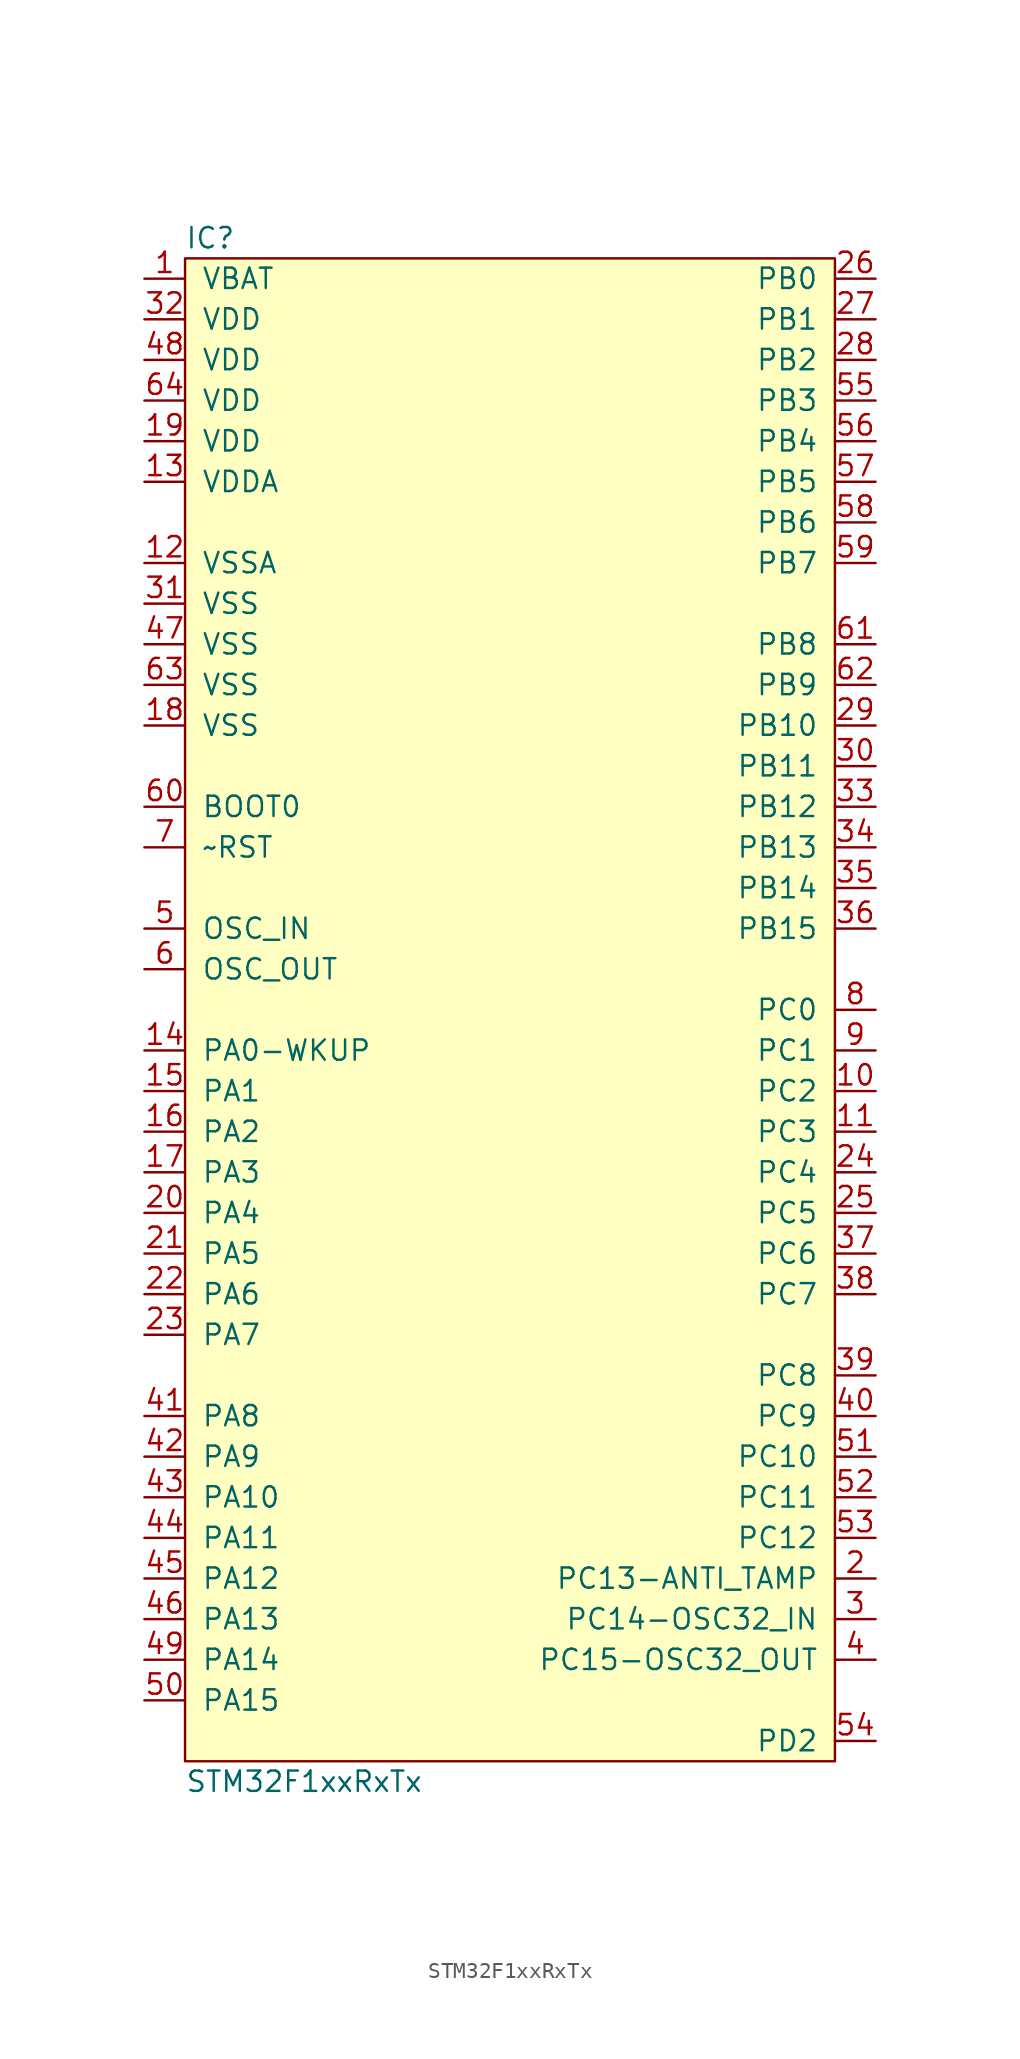
<source format=kicad_sym>
(kicad_symbol_lib
  (version 20211014)
  (generator agg_kicad.build_lib_ic)
  (symbol "STM32F1xxRxTx"
    (pin_names
      (offset 1.016))
    (property Reference IC
      (at -20.32 48.26 0)
      (effects (font (size 1.27 1.27)) (justify left)))
    (property Value "STM32F1xxRxTx"
      (at -20.32 -48.26 0)
      (effects (font (size 1.27 1.27)) (justify left)))
    (symbol "STM32F1xxRxTx_0_0"
      (rectangle (start -20.32 46.99) (end 20.32 -46.99) (stroke (width 0) (type default) (color 0 0 0 0)) (fill (type background)))
      (pin power_in line (at -22.86 45.72 0) (length 2.54) (name VBAT (effects (font (size 1.27 1.27)))) (number "1" (effects (font (size 1.27 1.27)))))
      (pin power_in line (at -22.86 43.18 0) (length 2.54) (name VDD (effects (font (size 1.27 1.27)))) (number "32" (effects (font (size 1.27 1.27)))))
      (pin power_in line (at -22.86 40.64 0) (length 2.54) (name VDD (effects (font (size 1.27 1.27)))) (number "48" (effects (font (size 1.27 1.27)))))
      (pin power_in line (at -22.86 38.1 0) (length 2.54) (name VDD (effects (font (size 1.27 1.27)))) (number "64" (effects (font (size 1.27 1.27)))))
      (pin power_in line (at -22.86 35.56 0) (length 2.54) (name VDD (effects (font (size 1.27 1.27)))) (number "19" (effects (font (size 1.27 1.27)))))
      (pin power_in line (at -22.86 33.02 0) (length 2.54) (name VDDA (effects (font (size 1.27 1.27)))) (number "13" (effects (font (size 1.27 1.27)))))
      (pin power_in line (at -22.86 27.94 0) (length 2.54) (name VSSA (effects (font (size 1.27 1.27)))) (number "12" (effects (font (size 1.27 1.27)))))
      (pin power_in line (at -22.86 25.4 0) (length 2.54) (name VSS (effects (font (size 1.27 1.27)))) (number "31" (effects (font (size 1.27 1.27)))))
      (pin power_in line (at -22.86 22.86 0) (length 2.54) (name VSS (effects (font (size 1.27 1.27)))) (number "47" (effects (font (size 1.27 1.27)))))
      (pin power_in line (at -22.86 20.32 0) (length 2.54) (name VSS (effects (font (size 1.27 1.27)))) (number "63" (effects (font (size 1.27 1.27)))))
      (pin power_in line (at -22.86 17.78 0) (length 2.54) (name VSS (effects (font (size 1.27 1.27)))) (number "18" (effects (font (size 1.27 1.27)))))
      (pin input line (at -22.86 12.7 0) (length 2.54) (name "BOOT0" (effects (font (size 1.27 1.27)))) (number "60" (effects (font (size 1.27 1.27)))))
      (pin input line (at -22.86 10.16 0) (length 2.54) (name "~RST" (effects (font (size 1.27 1.27)))) (number "7" (effects (font (size 1.27 1.27)))))
      (pin bidirectional line (at -22.86 5.08 0) (length 2.54) (name OSC_IN (effects (font (size 1.27 1.27)))) (number "5" (effects (font (size 1.27 1.27)))))
      (pin bidirectional line (at -22.86 2.54 0) (length 2.54) (name OSC_OUT (effects (font (size 1.27 1.27)))) (number "6" (effects (font (size 1.27 1.27)))))
      (pin bidirectional line (at -22.86 -2.54 0) (length 2.54) (name "PA0-WKUP" (effects (font (size 1.27 1.27)))) (number "14" (effects (font (size 1.27 1.27)))))
      (pin bidirectional line (at -22.86 -5.08 0) (length 2.54) (name "PA1" (effects (font (size 1.27 1.27)))) (number "15" (effects (font (size 1.27 1.27)))))
      (pin bidirectional line (at -22.86 -7.62 0) (length 2.54) (name "PA2" (effects (font (size 1.27 1.27)))) (number "16" (effects (font (size 1.27 1.27)))))
      (pin bidirectional line (at -22.86 -10.16 0) (length 2.54) (name "PA3" (effects (font (size 1.27 1.27)))) (number "17" (effects (font (size 1.27 1.27)))))
      (pin bidirectional line (at -22.86 -12.7 0) (length 2.54) (name "PA4" (effects (font (size 1.27 1.27)))) (number "20" (effects (font (size 1.27 1.27)))))
      (pin bidirectional line (at -22.86 -15.24 0) (length 2.54) (name "PA5" (effects (font (size 1.27 1.27)))) (number "21" (effects (font (size 1.27 1.27)))))
      (pin bidirectional line (at -22.86 -17.78 0) (length 2.54) (name "PA6" (effects (font (size 1.27 1.27)))) (number "22" (effects (font (size 1.27 1.27)))))
      (pin bidirectional line (at -22.86 -20.32 0) (length 2.54) (name "PA7" (effects (font (size 1.27 1.27)))) (number "23" (effects (font (size 1.27 1.27)))))
      (pin bidirectional line (at -22.86 -25.4 0) (length 2.54) (name "PA8" (effects (font (size 1.27 1.27)))) (number "41" (effects (font (size 1.27 1.27)))))
      (pin bidirectional line (at -22.86 -27.94 0) (length 2.54) (name "PA9" (effects (font (size 1.27 1.27)))) (number "42" (effects (font (size 1.27 1.27)))))
      (pin bidirectional line (at -22.86 -30.48 0) (length 2.54) (name "PA10" (effects (font (size 1.27 1.27)))) (number "43" (effects (font (size 1.27 1.27)))))
      (pin bidirectional line (at -22.86 -33.02 0) (length 2.54) (name "PA11" (effects (font (size 1.27 1.27)))) (number "44" (effects (font (size 1.27 1.27)))))
      (pin bidirectional line (at -22.86 -35.56 0) (length 2.54) (name "PA12" (effects (font (size 1.27 1.27)))) (number "45" (effects (font (size 1.27 1.27)))))
      (pin bidirectional line (at -22.86 -38.1 0) (length 2.54) (name "PA13" (effects (font (size 1.27 1.27)))) (number "46" (effects (font (size 1.27 1.27)))))
      (pin bidirectional line (at -22.86 -40.64 0) (length 2.54) (name "PA14" (effects (font (size 1.27 1.27)))) (number "49" (effects (font (size 1.27 1.27)))))
      (pin bidirectional line (at -22.86 -43.18 0) (length 2.54) (name "PA15" (effects (font (size 1.27 1.27)))) (number "50" (effects (font (size 1.27 1.27)))))
      (pin bidirectional line (at 22.86 45.72 180) (length 2.54) (name "PB0" (effects (font (size 1.27 1.27)))) (number "26" (effects (font (size 1.27 1.27)))))
      (pin bidirectional line (at 22.86 43.18 180) (length 2.54) (name "PB1" (effects (font (size 1.27 1.27)))) (number "27" (effects (font (size 1.27 1.27)))))
      (pin bidirectional line (at 22.86 40.64 180) (length 2.54) (name "PB2" (effects (font (size 1.27 1.27)))) (number "28" (effects (font (size 1.27 1.27)))))
      (pin bidirectional line (at 22.86 38.1 180) (length 2.54) (name "PB3" (effects (font (size 1.27 1.27)))) (number "55" (effects (font (size 1.27 1.27)))))
      (pin bidirectional line (at 22.86 35.56 180) (length 2.54) (name "PB4" (effects (font (size 1.27 1.27)))) (number "56" (effects (font (size 1.27 1.27)))))
      (pin bidirectional line (at 22.86 33.02 180) (length 2.54) (name "PB5" (effects (font (size 1.27 1.27)))) (number "57" (effects (font (size 1.27 1.27)))))
      (pin bidirectional line (at 22.86 30.48 180) (length 2.54) (name "PB6" (effects (font (size 1.27 1.27)))) (number "58" (effects (font (size 1.27 1.27)))))
      (pin bidirectional line (at 22.86 27.94 180) (length 2.54) (name "PB7" (effects (font (size 1.27 1.27)))) (number "59" (effects (font (size 1.27 1.27)))))
      (pin bidirectional line (at 22.86 22.86 180) (length 2.54) (name "PB8" (effects (font (size 1.27 1.27)))) (number "61" (effects (font (size 1.27 1.27)))))
      (pin bidirectional line (at 22.86 20.32 180) (length 2.54) (name "PB9" (effects (font (size 1.27 1.27)))) (number "62" (effects (font (size 1.27 1.27)))))
      (pin bidirectional line (at 22.86 17.78 180) (length 2.54) (name "PB10" (effects (font (size 1.27 1.27)))) (number "29" (effects (font (size 1.27 1.27)))))
      (pin bidirectional line (at 22.86 15.24 180) (length 2.54) (name "PB11" (effects (font (size 1.27 1.27)))) (number "30" (effects (font (size 1.27 1.27)))))
      (pin bidirectional line (at 22.86 12.7 180) (length 2.54) (name "PB12" (effects (font (size 1.27 1.27)))) (number "33" (effects (font (size 1.27 1.27)))))
      (pin bidirectional line (at 22.86 10.16 180) (length 2.54) (name "PB13" (effects (font (size 1.27 1.27)))) (number "34" (effects (font (size 1.27 1.27)))))
      (pin bidirectional line (at 22.86 7.62 180) (length 2.54) (name "PB14" (effects (font (size 1.27 1.27)))) (number "35" (effects (font (size 1.27 1.27)))))
      (pin bidirectional line (at 22.86 5.08 180) (length 2.54) (name "PB15" (effects (font (size 1.27 1.27)))) (number "36" (effects (font (size 1.27 1.27)))))
      (pin bidirectional line (at 22.86 0 180) (length 2.54) (name "PC0" (effects (font (size 1.27 1.27)))) (number "8" (effects (font (size 1.27 1.27)))))
      (pin bidirectional line (at 22.86 -2.54 180) (length 2.54) (name "PC1" (effects (font (size 1.27 1.27)))) (number "9" (effects (font (size 1.27 1.27)))))
      (pin bidirectional line (at 22.86 -5.08 180) (length 2.54) (name "PC2" (effects (font (size 1.27 1.27)))) (number "10" (effects (font (size 1.27 1.27)))))
      (pin bidirectional line (at 22.86 -7.62 180) (length 2.54) (name "PC3" (effects (font (size 1.27 1.27)))) (number "11" (effects (font (size 1.27 1.27)))))
      (pin bidirectional line (at 22.86 -10.16 180) (length 2.54) (name "PC4" (effects (font (size 1.27 1.27)))) (number "24" (effects (font (size 1.27 1.27)))))
      (pin bidirectional line (at 22.86 -12.7 180) (length 2.54) (name "PC5" (effects (font (size 1.27 1.27)))) (number "25" (effects (font (size 1.27 1.27)))))
      (pin bidirectional line (at 22.86 -15.24 180) (length 2.54) (name "PC6" (effects (font (size 1.27 1.27)))) (number "37" (effects (font (size 1.27 1.27)))))
      (pin bidirectional line (at 22.86 -17.78 180) (length 2.54) (name "PC7" (effects (font (size 1.27 1.27)))) (number "38" (effects (font (size 1.27 1.27)))))
      (pin bidirectional line (at 22.86 -22.86 180) (length 2.54) (name "PC8" (effects (font (size 1.27 1.27)))) (number "39" (effects (font (size 1.27 1.27)))))
      (pin bidirectional line (at 22.86 -25.4 180) (length 2.54) (name "PC9" (effects (font (size 1.27 1.27)))) (number "40" (effects (font (size 1.27 1.27)))))
      (pin bidirectional line (at 22.86 -27.94 180) (length 2.54) (name "PC10" (effects (font (size 1.27 1.27)))) (number "51" (effects (font (size 1.27 1.27)))))
      (pin bidirectional line (at 22.86 -30.48 180) (length 2.54) (name "PC11" (effects (font (size 1.27 1.27)))) (number "52" (effects (font (size 1.27 1.27)))))
      (pin bidirectional line (at 22.86 -33.02 180) (length 2.54) (name "PC12" (effects (font (size 1.27 1.27)))) (number "53" (effects (font (size 1.27 1.27)))))
      (pin bidirectional line (at 22.86 -35.56 180) (length 2.54) (name "PC13-ANTI_TAMP" (effects (font (size 1.27 1.27)))) (number "2" (effects (font (size 1.27 1.27)))))
      (pin bidirectional line (at 22.86 -38.1 180) (length 2.54) (name "PC14-OSC32_IN" (effects (font (size 1.27 1.27)))) (number "3" (effects (font (size 1.27 1.27)))))
      (pin bidirectional line (at 22.86 -40.64 180) (length 2.54) (name "PC15-OSC32_OUT" (effects (font (size 1.27 1.27)))) (number "4" (effects (font (size 1.27 1.27)))))
      (pin bidirectional line (at 22.86 -45.72 180) (length 2.54) (name "PD2" (effects (font (size 1.27 1.27)))) (number "54" (effects (font (size 1.27 1.27))))))))
</source>
